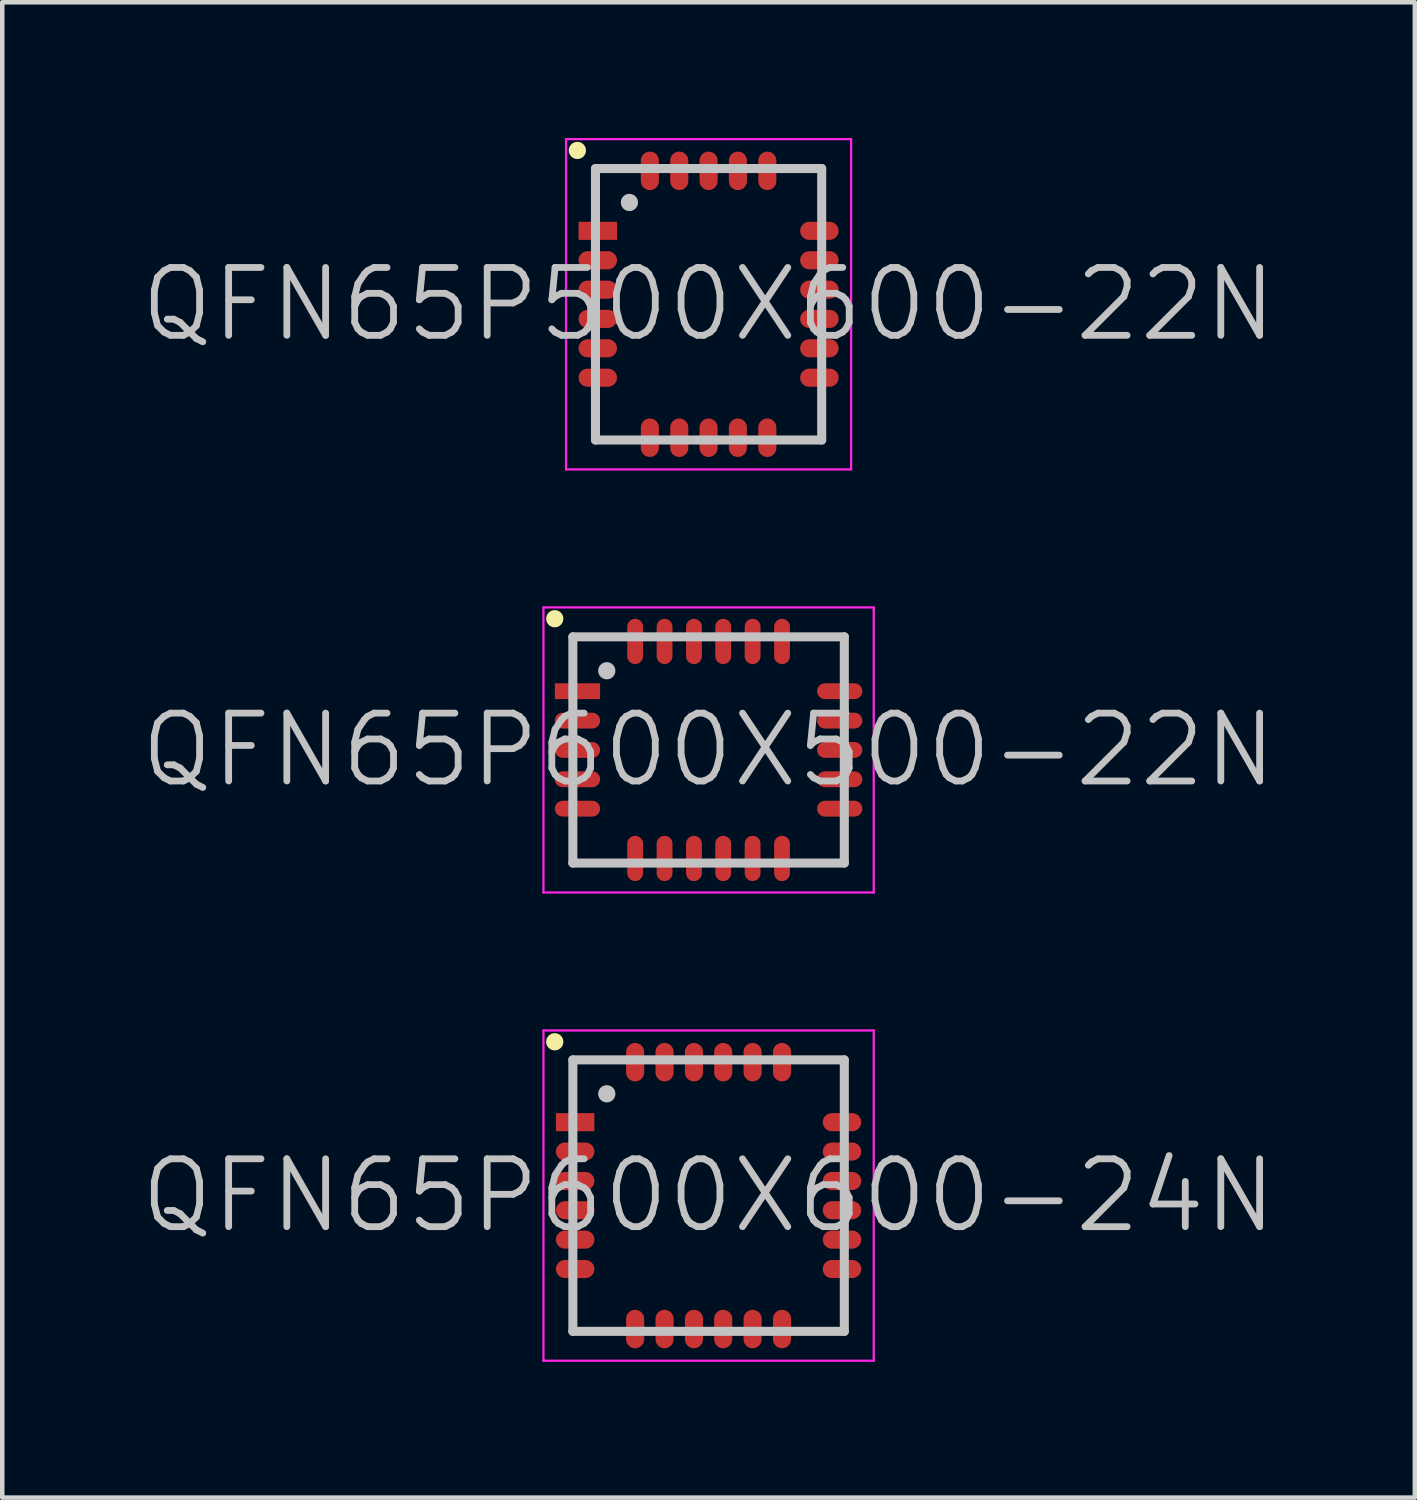
<source format=kicad_pcb>
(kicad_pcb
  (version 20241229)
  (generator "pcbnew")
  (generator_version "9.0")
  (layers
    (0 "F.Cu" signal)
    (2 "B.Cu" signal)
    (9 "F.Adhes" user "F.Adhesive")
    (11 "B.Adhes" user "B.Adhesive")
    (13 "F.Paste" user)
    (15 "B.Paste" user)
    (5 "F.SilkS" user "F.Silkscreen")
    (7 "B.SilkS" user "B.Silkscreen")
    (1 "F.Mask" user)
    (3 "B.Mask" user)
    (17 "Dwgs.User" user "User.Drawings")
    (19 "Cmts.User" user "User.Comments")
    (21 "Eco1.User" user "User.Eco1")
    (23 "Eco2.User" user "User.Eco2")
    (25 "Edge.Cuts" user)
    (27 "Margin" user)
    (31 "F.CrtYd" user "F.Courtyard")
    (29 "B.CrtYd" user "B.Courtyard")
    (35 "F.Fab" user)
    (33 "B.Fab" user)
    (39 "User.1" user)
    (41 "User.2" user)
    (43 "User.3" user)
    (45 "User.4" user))
  (footprint "QFN65P600X600-24N"
    (layer "F.Cu")
    (at 12.611 23.375)
    (property "Reference" "QFN65P600X600-24N" (at 0 0 0) (layer "Dwgs.User") (effects (font (size 1.5 1.5) (thickness 0.15))))
    (attr smd)
    (fp_line (start -3.4 -3.4) (end -3.4 -3.4) (stroke (width 0.381) (type solid)) (layer "F.SilkS"))
    (fp_line (start -3 -3) (end -3 3) (stroke (width 0.2) (type solid)) (layer "Dwgs.User"))
    (fp_line (start -3 -3) (end 3 -3) (stroke (width 0.2) (type solid)) (layer "Dwgs.User"))
    (fp_line (start -3 3) (end 3 3) (stroke (width 0.2) (type solid)) (layer "Dwgs.User"))
    (fp_line (start -2.25 -2.25) (end -2.25 -2.25) (stroke (width 0.381) (type solid)) (layer "Dwgs.User"))
    (fp_line (start 3 -3) (end 3 3) (stroke (width 0.2) (type solid)) (layer "Dwgs.User"))
    (fp_line (start -3.65 -3.65) (end -3.65 3.65) (stroke (width 0.05) (type solid)) (layer "F.CrtYd"))
    (fp_line (start -3.65 -3.65) (end 3.65 -3.65) (stroke (width 0.05) (type solid)) (layer "F.CrtYd"))
    (fp_line (start -3.65 3.65) (end 3.65 3.65) (stroke (width 0.05) (type solid)) (layer "F.CrtYd"))
    (fp_line (start 3.65 -3.65) (end 3.65 3.65) (stroke (width 0.05) (type solid)) (layer "F.CrtYd"))
    (pad "1" smd rect (at -2.949 -1.623 90) (size 0.4 0.85) (layers "F.Cu" "F.Mask" "F.Paste"))
    (pad "2" smd oval (at -2.949 -0.973 90) (size 0.4 0.85) (layers "F.Cu" "F.Mask" "F.Paste"))
    (pad "3" smd oval (at -2.949 -0.323 90) (size 0.4 0.85) (layers "F.Cu" "F.Mask" "F.Paste"))
    (pad "4" smd oval (at -2.949 0.323 90) (size 0.4 0.85) (layers "F.Cu" "F.Mask" "F.Paste"))
    (pad "5" smd oval (at -2.949 0.973 90) (size 0.4 0.85) (layers "F.Cu" "F.Mask" "F.Paste"))
    (pad "6" smd oval (at -2.949 1.623 90) (size 0.4 0.85) (layers "F.Cu" "F.Mask" "F.Paste"))
    (pad "7" smd oval (at -1.623 2.949 180) (size 0.4 0.85) (layers "F.Cu" "F.Mask" "F.Paste"))
    (pad "8" smd oval (at -0.973 2.949 180) (size 0.4 0.85) (layers "F.Cu" "F.Mask" "F.Paste"))
    (pad "9" smd oval (at -0.323 2.949 180) (size 0.4 0.85) (layers "F.Cu" "F.Mask" "F.Paste"))
    (pad "10" smd oval (at 0.323 2.949 180) (size 0.4 0.85) (layers "F.Cu" "F.Mask" "F.Paste"))
    (pad "11" smd oval (at 0.973 2.949 180) (size 0.4 0.85) (layers "F.Cu" "F.Mask" "F.Paste"))
    (pad "12" smd oval (at 1.623 2.949 180) (size 0.4 0.85) (layers "F.Cu" "F.Mask" "F.Paste"))
    (pad "13" smd oval (at 2.949 1.623 270) (size 0.4 0.85) (layers "F.Cu" "F.Mask" "F.Paste"))
    (pad "14" smd oval (at 2.949 0.973 270) (size 0.4 0.85) (layers "F.Cu" "F.Mask" "F.Paste"))
    (pad "15" smd oval (at 2.949 0.323 270) (size 0.4 0.85) (layers "F.Cu" "F.Mask" "F.Paste"))
    (pad "16" smd oval (at 2.949 -0.323 270) (size 0.4 0.85) (layers "F.Cu" "F.Mask" "F.Paste"))
    (pad "17" smd oval (at 2.949 -0.973 270) (size 0.4 0.85) (layers "F.Cu" "F.Mask" "F.Paste"))
    (pad "18" smd oval (at 2.949 -1.623 270) (size 0.4 0.85) (layers "F.Cu" "F.Mask" "F.Paste"))
    (pad "19" smd oval (at 1.623 -2.949) (size 0.4 0.85) (layers "F.Cu" "F.Mask" "F.Paste"))
    (pad "20" smd oval (at 0.973 -2.949) (size 0.4 0.85) (layers "F.Cu" "F.Mask" "F.Paste"))
    (pad "21" smd oval (at 0.323 -2.949) (size 0.4 0.85) (layers "F.Cu" "F.Mask" "F.Paste"))
    (pad "22" smd oval (at -0.323 -2.949) (size 0.4 0.85) (layers "F.Cu" "F.Mask" "F.Paste"))
    (pad "23" smd oval (at -0.973 -2.949) (size 0.4 0.85) (layers "F.Cu" "F.Mask" "F.Paste"))
    (pad "24" smd oval (at -1.623 -2.949) (size 0.4 0.85) (layers "F.Cu" "F.Mask" "F.Paste")))
  (footprint "QFN65P500X600-22N"
    (layer "F.Cu")
    (at 12.611 3.675)
    (property "Reference" "QFN65P500X600-22N" (at 0 0 0) (layer "Dwgs.User") (effects (font (size 1.5 1.5) (thickness 0.15))))
    (attr smd)
    (fp_line (start -2.9 -3.4) (end -2.9 -3.4) (stroke (width 0.381) (type solid)) (layer "F.SilkS"))
    (fp_line (start -2.5 -3) (end -2.5 3) (stroke (width 0.2) (type solid)) (layer "Dwgs.User"))
    (fp_line (start -2.5 -3) (end 2.5 -3) (stroke (width 0.2) (type solid)) (layer "Dwgs.User"))
    (fp_line (start -2.5 3) (end 2.5 3) (stroke (width 0.2) (type solid)) (layer "Dwgs.User"))
    (fp_line (start -1.75 -2.25) (end -1.75 -2.25) (stroke (width 0.381) (type solid)) (layer "Dwgs.User"))
    (fp_line (start 2.5 -3) (end 2.5 3) (stroke (width 0.2) (type solid)) (layer "Dwgs.User"))
    (fp_line (start -3.15 -3.65) (end -3.15 3.65) (stroke (width 0.05) (type solid)) (layer "F.CrtYd"))
    (fp_line (start -3.15 -3.65) (end 3.15 -3.65) (stroke (width 0.05) (type solid)) (layer "F.CrtYd"))
    (fp_line (start -3.15 3.65) (end 3.15 3.65) (stroke (width 0.05) (type solid)) (layer "F.CrtYd"))
    (fp_line (start 3.15 -3.65) (end 3.15 3.65) (stroke (width 0.05) (type solid)) (layer "F.CrtYd"))
    (pad "1" smd rect (at -2.449 -1.623 90) (size 0.4 0.85) (layers "F.Cu" "F.Mask" "F.Paste"))
    (pad "2" smd oval (at -2.449 -0.973 90) (size 0.4 0.85) (layers "F.Cu" "F.Mask" "F.Paste"))
    (pad "3" smd oval (at -2.449 -0.323 90) (size 0.4 0.85) (layers "F.Cu" "F.Mask" "F.Paste"))
    (pad "4" smd oval (at -2.449 0.323 90) (size 0.4 0.85) (layers "F.Cu" "F.Mask" "F.Paste"))
    (pad "5" smd oval (at -2.449 0.973 90) (size 0.4 0.85) (layers "F.Cu" "F.Mask" "F.Paste"))
    (pad "6" smd oval (at -2.449 1.623 90) (size 0.4 0.85) (layers "F.Cu" "F.Mask" "F.Paste"))
    (pad "7" smd oval (at -1.298 2.949 180) (size 0.4 0.85) (layers "F.Cu" "F.Mask" "F.Paste"))
    (pad "8" smd oval (at -0.648 2.949 180) (size 0.4 0.85) (layers "F.Cu" "F.Mask" "F.Paste"))
    (pad "9" smd oval (at 0 2.949 180) (size 0.4 0.85) (layers "F.Cu" "F.Mask" "F.Paste"))
    (pad "10" smd oval (at 0.648 2.949 180) (size 0.4 0.85) (layers "F.Cu" "F.Mask" "F.Paste"))
    (pad "11" smd oval (at 1.298 2.949 180) (size 0.4 0.85) (layers "F.Cu" "F.Mask" "F.Paste"))
    (pad "12" smd oval (at 2.449 1.623 270) (size 0.4 0.85) (layers "F.Cu" "F.Mask" "F.Paste"))
    (pad "13" smd oval (at 2.449 0.973 270) (size 0.4 0.85) (layers "F.Cu" "F.Mask" "F.Paste"))
    (pad "14" smd oval (at 2.449 0.323 270) (size 0.4 0.85) (layers "F.Cu" "F.Mask" "F.Paste"))
    (pad "15" smd oval (at 2.449 -0.323 270) (size 0.4 0.85) (layers "F.Cu" "F.Mask" "F.Paste"))
    (pad "16" smd oval (at 2.449 -0.973 270) (size 0.4 0.85) (layers "F.Cu" "F.Mask" "F.Paste"))
    (pad "17" smd oval (at 2.449 -1.623 270) (size 0.4 0.85) (layers "F.Cu" "F.Mask" "F.Paste"))
    (pad "18" smd oval (at 1.298 -2.949) (size 0.4 0.85) (layers "F.Cu" "F.Mask" "F.Paste"))
    (pad "19" smd oval (at 0.648 -2.949) (size 0.4 0.85) (layers "F.Cu" "F.Mask" "F.Paste"))
    (pad "20" smd oval (at 0 -2.949) (size 0.4 0.85) (layers "F.Cu" "F.Mask" "F.Paste"))
    (pad "21" smd oval (at -0.648 -2.949) (size 0.4 0.85) (layers "F.Cu" "F.Mask" "F.Paste"))
    (pad "22" smd oval (at -1.298 -2.949) (size 0.4 0.85) (layers "F.Cu" "F.Mask" "F.Paste")))
  (footprint "QFN65P600X500-22N"
    (layer "F.Cu")
    (at 12.611 13.525)
    (property "Reference" "QFN65P600X500-22N" (at 0 0 0) (layer "Dwgs.User") (effects (font (size 1.5 1.5) (thickness 0.15))))
    (attr smd)
    (fp_line (start -3.4 -2.9) (end -3.4 -2.9) (stroke (width 0.381) (type solid)) (layer "F.SilkS"))
    (fp_line (start -3 -2.5) (end -3 2.5) (stroke (width 0.2) (type solid)) (layer "Dwgs.User"))
    (fp_line (start -3 -2.5) (end 3 -2.5) (stroke (width 0.2) (type solid)) (layer "Dwgs.User"))
    (fp_line (start -3 2.5) (end 3 2.5) (stroke (width 0.2) (type solid)) (layer "Dwgs.User"))
    (fp_line (start -2.25 -1.75) (end -2.25 -1.75) (stroke (width 0.381) (type solid)) (layer "Dwgs.User"))
    (fp_line (start 3 -2.5) (end 3 2.5) (stroke (width 0.2) (type solid)) (layer "Dwgs.User"))
    (fp_line (start -3.65 -3.15) (end -3.65 3.15) (stroke (width 0.05) (type solid)) (layer "F.CrtYd"))
    (fp_line (start -3.65 -3.15) (end 3.65 -3.15) (stroke (width 0.05) (type solid)) (layer "F.CrtYd"))
    (fp_line (start -3.65 3.15) (end 3.65 3.15) (stroke (width 0.05) (type solid)) (layer "F.CrtYd"))
    (fp_line (start 3.65 -3.15) (end 3.65 3.15) (stroke (width 0.05) (type solid)) (layer "F.CrtYd"))
    (pad "1" smd rect (at -2.898 -1.298 90) (size 0.35 1) (layers "F.Cu" "F.Mask" "F.Paste"))
    (pad "2" smd oval (at -2.898 -0.648 90) (size 0.35 1) (layers "F.Cu" "F.Mask" "F.Paste"))
    (pad "3" smd oval (at -2.898 0 90) (size 0.35 1) (layers "F.Cu" "F.Mask" "F.Paste"))
    (pad "4" smd oval (at -2.898 0.648 90) (size 0.35 1) (layers "F.Cu" "F.Mask" "F.Paste"))
    (pad "5" smd oval (at -2.898 1.298 90) (size 0.35 1) (layers "F.Cu" "F.Mask" "F.Paste"))
    (pad "6" smd oval (at -1.623 2.398 180) (size 0.35 1) (layers "F.Cu" "F.Mask" "F.Paste"))
    (pad "7" smd oval (at -0.973 2.398 180) (size 0.35 1) (layers "F.Cu" "F.Mask" "F.Paste"))
    (pad "8" smd oval (at -0.323 2.398 180) (size 0.35 1) (layers "F.Cu" "F.Mask" "F.Paste"))
    (pad "9" smd oval (at 0.323 2.398 180) (size 0.35 1) (layers "F.Cu" "F.Mask" "F.Paste"))
    (pad "10" smd oval (at 0.973 2.398 180) (size 0.35 1) (layers "F.Cu" "F.Mask" "F.Paste"))
    (pad "11" smd oval (at 1.623 2.398 180) (size 0.35 1) (layers "F.Cu" "F.Mask" "F.Paste"))
    (pad "12" smd oval (at 2.898 1.298 270) (size 0.35 1) (layers "F.Cu" "F.Mask" "F.Paste"))
    (pad "13" smd oval (at 2.898 0.648 270) (size 0.35 1) (layers "F.Cu" "F.Mask" "F.Paste"))
    (pad "14" smd oval (at 2.898 0 270) (size 0.35 1) (layers "F.Cu" "F.Mask" "F.Paste"))
    (pad "15" smd oval (at 2.898 -0.648 270) (size 0.35 1) (layers "F.Cu" "F.Mask" "F.Paste"))
    (pad "16" smd oval (at 2.898 -1.298 270) (size 0.35 1) (layers "F.Cu" "F.Mask" "F.Paste"))
    (pad "17" smd oval (at 1.623 -2.398) (size 0.35 1) (layers "F.Cu" "F.Mask" "F.Paste"))
    (pad "18" smd oval (at 0.973 -2.398) (size 0.35 1) (layers "F.Cu" "F.Mask" "F.Paste"))
    (pad "19" smd oval (at 0.323 -2.398) (size 0.35 1) (layers "F.Cu" "F.Mask" "F.Paste"))
    (pad "20" smd oval (at -0.323 -2.398) (size 0.35 1) (layers "F.Cu" "F.Mask" "F.Paste"))
    (pad "21" smd oval (at -0.973 -2.398) (size 0.35 1) (layers "F.Cu" "F.Mask" "F.Paste"))
    (pad "22" smd oval (at -1.623 -2.398) (size 0.35 1) (layers "F.Cu" "F.Mask" "F.Paste")))
  (gr_rect
    (start -3 -3)
    (end 28.221 30.05)
    (stroke (width 0.1) (type default))
    (fill no)
    (layer "Edge.Cuts")))
</source>
